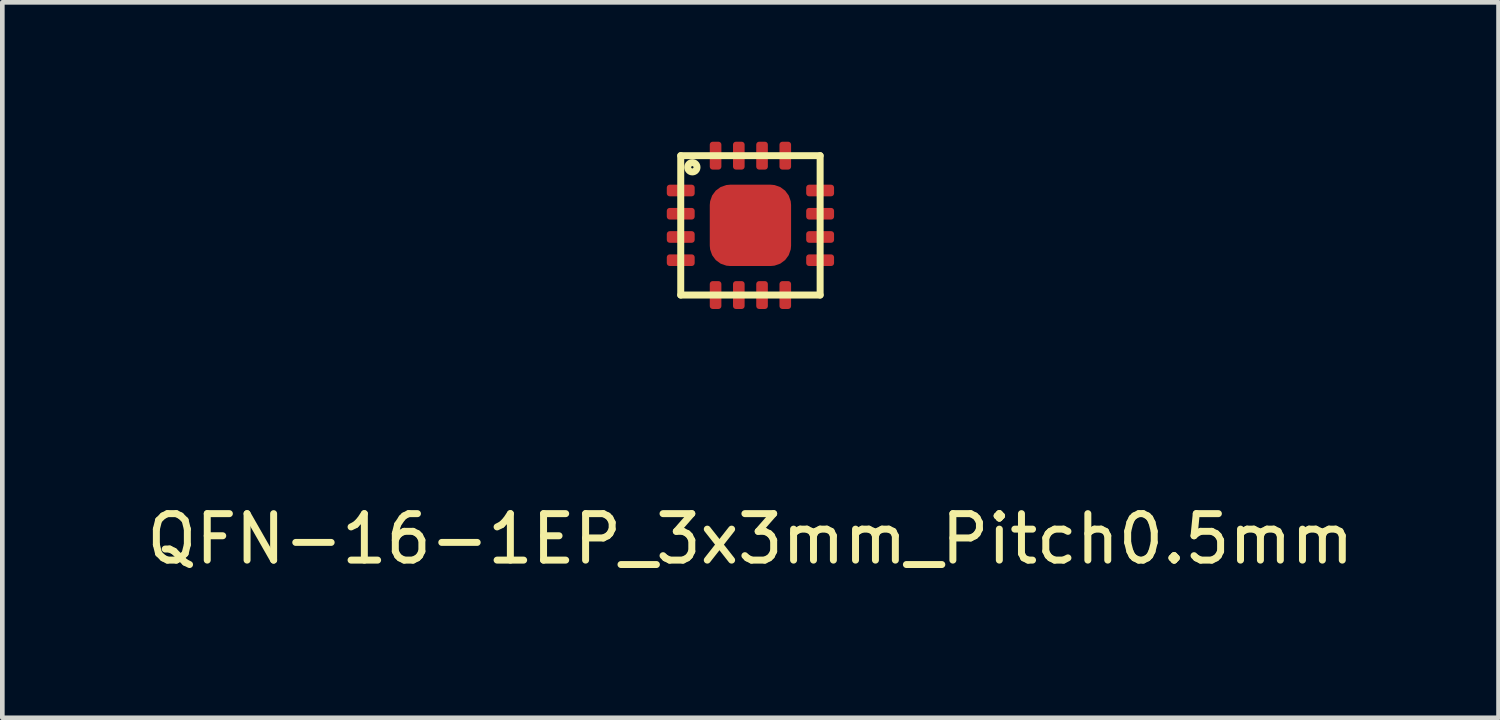
<source format=kicad_pcb>
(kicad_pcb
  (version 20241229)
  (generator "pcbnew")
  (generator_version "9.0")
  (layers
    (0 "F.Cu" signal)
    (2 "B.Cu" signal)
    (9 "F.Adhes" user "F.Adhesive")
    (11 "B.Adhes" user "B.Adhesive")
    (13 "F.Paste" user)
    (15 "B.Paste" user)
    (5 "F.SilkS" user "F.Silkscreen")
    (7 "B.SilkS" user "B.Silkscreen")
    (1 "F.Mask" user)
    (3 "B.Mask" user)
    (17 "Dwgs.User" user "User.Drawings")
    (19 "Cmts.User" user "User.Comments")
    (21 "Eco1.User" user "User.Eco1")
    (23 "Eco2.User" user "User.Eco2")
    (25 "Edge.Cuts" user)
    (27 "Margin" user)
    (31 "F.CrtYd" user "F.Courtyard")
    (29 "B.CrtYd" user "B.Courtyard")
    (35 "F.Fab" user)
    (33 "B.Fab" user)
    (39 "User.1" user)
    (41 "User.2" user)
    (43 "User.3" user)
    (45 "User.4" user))
  (footprint "QFN-16-1EP_3x3mm_Pitch0.5mm"
    (layer "F.Cu")
    (at 13.101 1.8)
    (property "Reference" "QFN-16-1EP_3x3mm_Pitch0.5mm" (at 0 6.75 0) (layer "F.SilkS") (effects (font (size 1 1) (thickness 0.15))))
    (attr through_hole)
    (fp_line (start -1.5 -1.5) (end 1.5 -1.5) (stroke (width 0.15) (type solid)) (layer "F.SilkS"))
    (fp_line (start -1.5 1.5) (end -1.5 -1.5) (stroke (width 0.15) (type solid)) (layer "F.SilkS"))
    (fp_line (start 1.5 -1.5) (end 1.5 1.5) (stroke (width 0.15) (type solid)) (layer "F.SilkS"))
    (fp_line (start 1.5 1.5) (end -1.5 1.5) (stroke (width 0.15) (type solid)) (layer "F.SilkS"))
    (fp_circle (center -1.25 -1.25) (end -1.15 -1.25) (stroke (width 0.15) (type solid)) (fill no) (layer "F.SilkS"))
    (pad "1" smd roundrect (at -1.5 -0.75) (size 0.6 0.25) (layers "F.Cu" "F.Mask" "F.Paste") (roundrect_rratio 0.25))
    (pad "2" smd roundrect (at -1.5 -0.25) (size 0.6 0.25) (layers "F.Cu" "F.Mask" "F.Paste") (roundrect_rratio 0.25))
    (pad "3" smd roundrect (at -1.5 0.25) (size 0.6 0.25) (layers "F.Cu" "F.Mask" "F.Paste") (roundrect_rratio 0.25))
    (pad "4" smd roundrect (at -1.5 0.75) (size 0.6 0.25) (layers "F.Cu" "F.Mask" "F.Paste") (roundrect_rratio 0.25))
    (pad "5" smd roundrect (at -0.75 1.5 90) (size 0.6 0.25) (layers "F.Cu" "F.Mask" "F.Paste") (roundrect_rratio 0.25))
    (pad "6" smd roundrect (at -0.25 1.5 90) (size 0.6 0.25) (layers "F.Cu" "F.Mask" "F.Paste") (roundrect_rratio 0.25))
    (pad "7" smd roundrect (at 0.25 1.5 90) (size 0.6 0.25) (layers "F.Cu" "F.Mask" "F.Paste") (roundrect_rratio 0.25))
    (pad "8" smd roundrect (at 0.75 1.5 90) (size 0.6 0.25) (layers "F.Cu" "F.Mask" "F.Paste") (roundrect_rratio 0.25))
    (pad "9" smd roundrect (at 1.5 0.75 180) (size 0.6 0.25) (layers "F.Cu" "F.Mask" "F.Paste") (roundrect_rratio 0.25))
    (pad "10" smd roundrect (at 1.5 0.25 180) (size 0.6 0.25) (layers "F.Cu" "F.Mask" "F.Paste") (roundrect_rratio 0.25))
    (pad "11" smd roundrect (at 1.5 -0.25 180) (size 0.6 0.25) (layers "F.Cu" "F.Mask" "F.Paste") (roundrect_rratio 0.25))
    (pad "12" smd roundrect (at 1.5 -0.75 180) (size 0.6 0.25) (layers "F.Cu" "F.Mask" "F.Paste") (roundrect_rratio 0.25))
    (pad "13" smd roundrect (at 0.75 -1.5 270) (size 0.6 0.25) (layers "F.Cu" "F.Mask" "F.Paste") (roundrect_rratio 0.25))
    (pad "14" smd roundrect (at 0.25 -1.5 270) (size 0.6 0.25) (layers "F.Cu" "F.Mask" "F.Paste") (roundrect_rratio 0.25))
    (pad "15" smd roundrect (at -0.25 -1.5 270) (size 0.6 0.25) (layers "F.Cu" "F.Mask" "F.Paste") (roundrect_rratio 0.25))
    (pad "16" smd roundrect (at -0.75 -1.5 270) (size 0.6 0.25) (layers "F.Cu" "F.Mask" "F.Paste") (roundrect_rratio 0.25))
    (pad "17" smd roundrect (at 0 0) (size 1.75 1.75) (layers "F.Cu" "F.Mask" "F.Paste") (roundrect_rratio 0.25)))
  (gr_rect
    (start -3 -3)
    (end 29.202 12.398)
    (stroke (width 0.1) (type default))
    (fill no)
    (layer "Edge.Cuts")))
</source>
